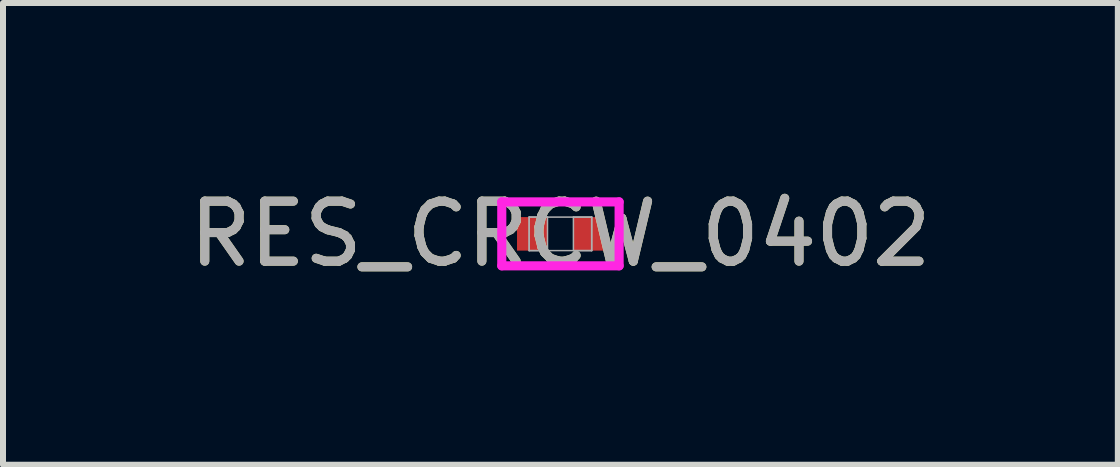
<source format=kicad_pcb>
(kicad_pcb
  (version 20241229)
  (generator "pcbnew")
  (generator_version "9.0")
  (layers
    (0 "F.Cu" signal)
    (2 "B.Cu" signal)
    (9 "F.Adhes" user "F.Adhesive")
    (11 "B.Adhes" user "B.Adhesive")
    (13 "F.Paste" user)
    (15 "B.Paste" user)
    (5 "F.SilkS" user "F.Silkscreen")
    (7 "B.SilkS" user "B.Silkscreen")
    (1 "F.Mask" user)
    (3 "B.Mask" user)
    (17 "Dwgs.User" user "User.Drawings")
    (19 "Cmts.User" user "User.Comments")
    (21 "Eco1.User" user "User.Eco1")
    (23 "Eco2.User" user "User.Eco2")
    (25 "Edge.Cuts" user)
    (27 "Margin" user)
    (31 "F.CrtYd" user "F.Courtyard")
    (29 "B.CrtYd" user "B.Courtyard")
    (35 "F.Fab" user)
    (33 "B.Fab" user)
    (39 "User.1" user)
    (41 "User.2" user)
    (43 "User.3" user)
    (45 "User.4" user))
  (footprint "RES_CRCW_0402"
    (layer "F.Cu")
    (at 6.292 0.848)
    (property "Reference" "RES_CRCW_0402" (at 0 0 0) (unlocked yes) (layer "F.SilkS") (effects (font (size 1 1) (thickness 0.15))))
    (attr smd)
    (fp_line (start -0.978 -0.533) (end 0.978 -0.533) (stroke (width 0.152) (type solid)) (layer "F.CrtYd"))
    (fp_line (start -0.978 0.533) (end -0.978 -0.533) (stroke (width 0.152) (type solid)) (layer "F.CrtYd"))
    (fp_line (start 0.978 -0.533) (end 0.978 0.533) (stroke (width 0.152) (type solid)) (layer "F.CrtYd"))
    (fp_line (start 0.978 0.533) (end -0.978 0.533) (stroke (width 0.152) (type solid)) (layer "F.CrtYd"))
    (fp_line (start -0.521 -0.279) (end -0.521 0.279) (stroke (width 0.025) (type solid)) (layer "F.Fab"))
    (fp_line (start -0.521 -0.279) (end -0.521 0.279) (stroke (width 0.025) (type solid)) (layer "F.Fab"))
    (fp_line (start -0.521 0.279) (end -0.216 0.279) (stroke (width 0.025) (type solid)) (layer "F.Fab"))
    (fp_line (start -0.521 0.279) (end 0.521 0.279) (stroke (width 0.025) (type solid)) (layer "F.Fab"))
    (fp_line (start -0.216 -0.279) (end -0.521 -0.279) (stroke (width 0.025) (type solid)) (layer "F.Fab"))
    (fp_line (start -0.216 0.279) (end -0.216 -0.279) (stroke (width 0.025) (type solid)) (layer "F.Fab"))
    (fp_line (start 0.216 -0.279) (end 0.216 0.279) (stroke (width 0.025) (type solid)) (layer "F.Fab"))
    (fp_line (start 0.216 0.279) (end 0.521 0.279) (stroke (width 0.025) (type solid)) (layer "F.Fab"))
    (fp_line (start 0.521 -0.279) (end -0.521 -0.279) (stroke (width 0.025) (type solid)) (layer "F.Fab"))
    (fp_line (start 0.521 -0.279) (end 0.216 -0.279) (stroke (width 0.025) (type solid)) (layer "F.Fab"))
    (fp_line (start 0.521 0.279) (end 0.521 -0.279) (stroke (width 0.025) (type solid)) (layer "F.Fab"))
    (fp_line (start 0.521 0.279) (end 0.521 -0.279) (stroke (width 0.025) (type solid)) (layer "F.Fab"))
    (fp_text user "${REFERENCE}" (at 0 0 0) (unlocked yes) (layer "F.Fab") (effects (font (size 1 1) (thickness 0.15))))
    (pad "1" smd rect (at -0.47 0) (size 0.508 0.559) (layers "F.Cu" "F.Mask" "F.Paste"))
    (pad "2" smd rect (at 0.47 0) (size 0.508 0.559) (layers "F.Cu" "F.Mask" "F.Paste"))
    (zone (net_name "") (layer "F.Cu") (hatch full 0.508) (connect_pads) (min_thickness 0.254) (filled_areas_thickness no) (keepout (tracks not_allowed) (vias not_allowed) (pads allowed) (copperpour not_allowed) (footprints allowed)) (placement (enabled no)) (fill) (polygon (pts (xy 6.127 0.62) (xy 6.457 0.62) (xy 6.457 1.077) (xy 6.127 1.077)))))
  (gr_rect
    (start -3 -3)
    (end 15.583 4.697)
    (stroke (width 0.1) (type default))
    (fill no)
    (layer "Edge.Cuts")))
</source>
